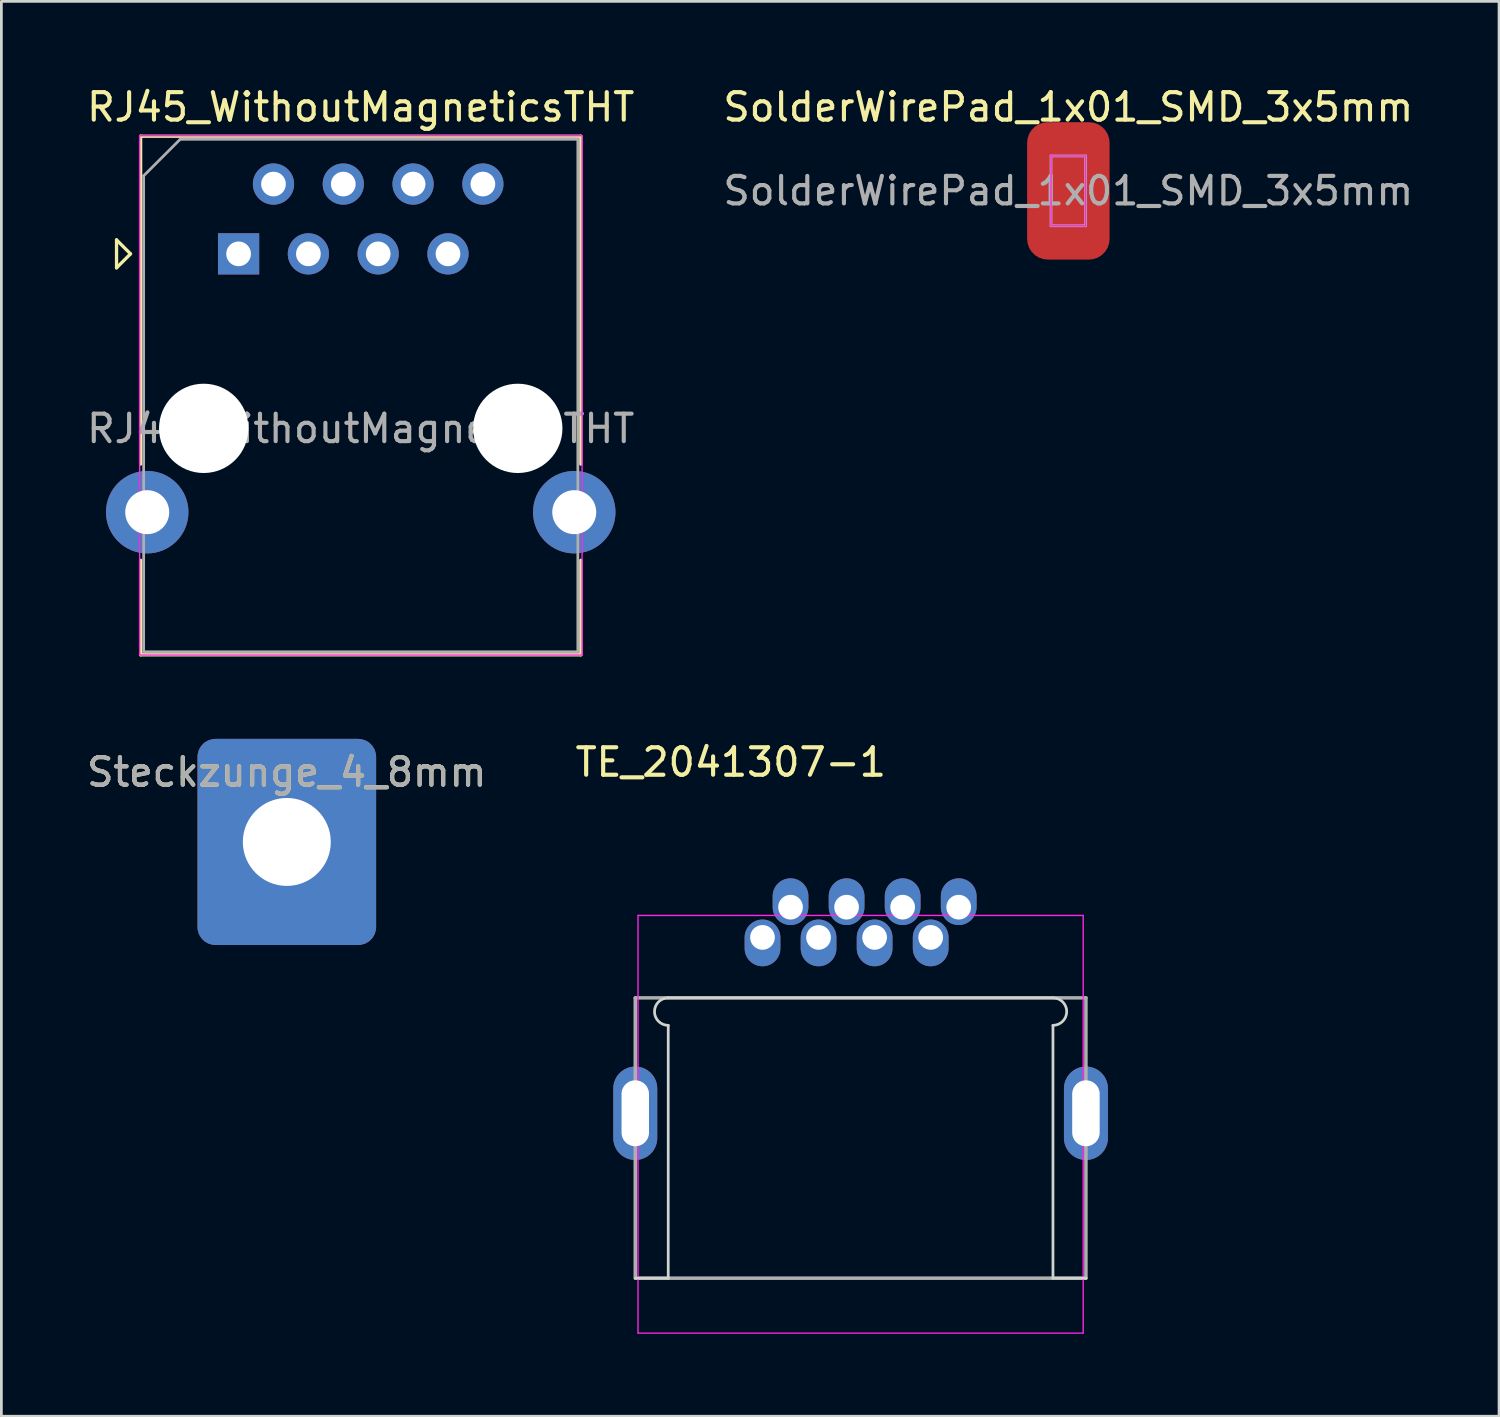
<source format=kicad_pcb>
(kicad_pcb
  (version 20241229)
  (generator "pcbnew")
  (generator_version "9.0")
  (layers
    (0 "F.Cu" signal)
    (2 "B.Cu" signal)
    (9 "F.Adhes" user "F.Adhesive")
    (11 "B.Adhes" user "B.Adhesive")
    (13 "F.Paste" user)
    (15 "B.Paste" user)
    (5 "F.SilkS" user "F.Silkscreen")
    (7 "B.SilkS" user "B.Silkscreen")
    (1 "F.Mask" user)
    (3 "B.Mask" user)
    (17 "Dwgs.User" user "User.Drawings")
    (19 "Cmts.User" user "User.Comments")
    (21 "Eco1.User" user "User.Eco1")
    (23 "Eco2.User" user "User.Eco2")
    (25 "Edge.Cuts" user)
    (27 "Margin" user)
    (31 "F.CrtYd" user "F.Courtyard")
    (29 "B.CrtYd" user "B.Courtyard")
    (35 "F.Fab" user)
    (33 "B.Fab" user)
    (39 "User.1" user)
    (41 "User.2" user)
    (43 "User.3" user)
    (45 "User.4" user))
  (footprint "TE_2041307-1"
    (layer "F.Cu")
    (at 28.267 37.462)
    (property "Reference" "TE_2041307-1" (at -4.725 -12.775 0) (layer "F.SilkS") (effects (font (size 1 1) (thickness 0.15))))
    (attr through_hole)
    (fp_line (start -8.2 6) (end -7 6) (stroke (width 0.1) (type solid)) (layer "Edge.Cuts"))
    (fp_line (start -7 -4.2) (end 7 -4.2) (stroke (width 0.1) (type solid)) (layer "Edge.Cuts"))
    (fp_line (start -7 6) (end -7 -3.2) (stroke (width 0.1) (type solid)) (layer "Edge.Cuts"))
    (fp_line (start 7 -3.2) (end 7 6) (stroke (width 0.1) (type solid)) (layer "Edge.Cuts"))
    (fp_line (start 7 6) (end 8.2 6) (stroke (width 0.1) (type solid)) (layer "Edge.Cuts"))
    (fp_arc (start -7 -3.2) (mid -7.5 -3.7) (end -7 -4.2) (stroke (width 0.1) (type solid)) (layer "Edge.Cuts"))
    (fp_arc (start 7 -4.2) (mid 7.5 -3.7) (end 7 -3.2) (stroke (width 0.1) (type solid)) (layer "Edge.Cuts"))
    (fp_line (start -8.1 -7.2) (end 8.1 -7.2) (stroke (width 0.05) (type solid)) (layer "F.CrtYd"))
    (fp_line (start -8.1 8) (end -8.1 -7.2) (stroke (width 0.05) (type solid)) (layer "F.CrtYd"))
    (fp_line (start 8.1 -7.2) (end 8.1 8) (stroke (width 0.05) (type solid)) (layer "F.CrtYd"))
    (fp_line (start 8.1 8) (end -8.1 8) (stroke (width 0.05) (type solid)) (layer "F.CrtYd"))
    (fp_line (start -8.2 -4.2) (end 8.2 -4.2) (stroke (width 0.127) (type solid)) (layer "F.Fab"))
    (fp_line (start -8.2 6) (end -8.2 -4.2) (stroke (width 0.127) (type solid)) (layer "F.Fab"))
    (fp_line (start 8.2 -4.2) (end 8.2 6) (stroke (width 0.127) (type solid)) (layer "F.Fab"))
    (fp_line (start 8.2 6) (end -8.19 6) (stroke (width 0.127) (type solid)) (layer "F.Fab"))
    (pad "1" thru_hole oval (at 3.57 -7.5) (size 1.3 1.7) (drill 0.9 (offset 0 -0.2)) (layers "*.Cu" "*.Mask"))
    (pad "2" thru_hole oval (at 2.55 -6.4) (size 1.3 1.7) (drill 0.9 (offset 0 0.2)) (layers "*.Cu" "*.Mask"))
    (pad "3" thru_hole oval (at 1.53 -7.5) (size 1.3 1.7) (drill 0.9 (offset 0 -0.2)) (layers "*.Cu" "*.Mask"))
    (pad "4" thru_hole oval (at 0.51 -6.4) (size 1.3 1.7) (drill 0.9 (offset 0 0.2)) (layers "*.Cu" "*.Mask"))
    (pad "5" thru_hole oval (at -0.51 -7.5) (size 1.3 1.7) (drill 0.9 (offset 0 -0.2)) (layers "*.Cu" "*.Mask"))
    (pad "6" thru_hole oval (at -1.53 -6.4) (size 1.3 1.7) (drill 0.9 (offset 0 0.2)) (layers "*.Cu" "*.Mask"))
    (pad "7" thru_hole oval (at -2.55 -7.5) (size 1.3 1.7) (drill 0.9 (offset 0 -0.2)) (layers "*.Cu" "*.Mask"))
    (pad "8" thru_hole oval (at -3.57 -6.4) (size 1.3 1.7) (drill 0.9 (offset 0 0.2)) (layers "*.Cu" "*.Mask"))
    (pad "SH" thru_hole oval (at -8.2 0) (size 1.6 3.4) (drill oval 1 2.4) (layers "*.Cu" "*.Mask"))
    (pad "SH" thru_hole oval (at 8.2 0) (size 1.6 3.4) (drill oval 1 2.4) (layers "*.Cu" "*.Mask")))
  (footprint "RJ45_WithoutMagneticsTHT"
    (layer "F.Cu")
    (at 5.632 6.188)
    (property "Reference" "RJ45_WithoutMagneticsTHT" (at 4.445 -5.34 0) (layer "F.SilkS") (effects (font (size 1 1) (thickness 0.15))))
    (attr through_hole)
    (fp_line (start -4.441 -0.508) (end -4.441 0.508) (stroke (width 0.12) (type solid)) (layer "F.SilkS"))
    (fp_line (start -4.441 0.508) (end -3.933 0) (stroke (width 0.12) (type solid)) (layer "F.SilkS"))
    (fp_line (start -3.933 0) (end -4.441 -0.508) (stroke (width 0.12) (type solid)) (layer "F.SilkS"))
    (fp_line (start -3.565 -4.28) (end -3.565 7.65) (stroke (width 0.12) (type solid)) (layer "F.SilkS"))
    (fp_line (start -3.565 11.15) (end -3.565 14.59) (stroke (width 0.12) (type solid)) (layer "F.SilkS"))
    (fp_line (start 12.455 -4.28) (end -3.565 -4.28) (stroke (width 0.12) (type solid)) (layer "F.SilkS"))
    (fp_line (start 12.455 -4.28) (end 12.455 7.65) (stroke (width 0.12) (type solid)) (layer "F.SilkS"))
    (fp_line (start 12.455 11.15) (end 12.455 14.59) (stroke (width 0.12) (type solid)) (layer "F.SilkS"))
    (fp_line (start 12.455 14.59) (end -3.565 14.59) (stroke (width 0.12) (type solid)) (layer "F.SilkS"))
    (fp_rect (start -3.6 -4.3) (end 12.5 14.6) (stroke (width 0.05) (type default)) (fill no) (layer "F.CrtYd"))
    (fp_line (start -3.455 -2.84) (end -3.455 14.48) (stroke (width 0.1) (type solid)) (layer "F.Fab"))
    (fp_line (start -3.455 -2.84) (end -2.125 -4.17) (stroke (width 0.1) (type solid)) (layer "F.Fab"))
    (fp_line (start 12.345 -4.17) (end -2.125 -4.17) (stroke (width 0.1) (type solid)) (layer "F.Fab"))
    (fp_line (start 12.345 14.48) (end -3.455 14.48) (stroke (width 0.1) (type solid)) (layer "F.Fab"))
    (fp_line (start 12.345 14.48) (end 12.345 -4.17) (stroke (width 0.1) (type solid)) (layer "F.Fab"))
    (fp_text user "${REFERENCE}" (at 4.445 6.36 0) (layer "F.Fab") (effects (font (size 1 1) (thickness 0.15))))
    (pad "" np_thru_hole circle (at -1.27 6.35) (size 3.25 3.25) (drill 3.25) (layers "*.Cu" "*.Mask"))
    (pad "" np_thru_hole circle (at 10.16 6.35 180) (size 3.25 3.25) (drill 3.25) (layers "*.Cu" "*.Mask"))
    (pad "1" thru_hole rect (at 0 0 180) (size 1.5 1.5) (drill 0.9) (layers "*.Cu" "*.Mask"))
    (pad "2" thru_hole circle (at 1.27 -2.54 180) (size 1.5 1.5) (drill 0.9) (layers "*.Cu" "*.Mask"))
    (pad "3" thru_hole circle (at 2.54 0 180) (size 1.5 1.5) (drill 0.9) (layers "*.Cu" "*.Mask"))
    (pad "4" thru_hole circle (at 3.81 -2.54 180) (size 1.5 1.5) (drill 0.9) (layers "*.Cu" "*.Mask"))
    (pad "5" thru_hole circle (at 5.08 0 180) (size 1.5 1.5) (drill 0.9) (layers "*.Cu" "*.Mask"))
    (pad "6" thru_hole circle (at 6.35 -2.54 180) (size 1.5 1.5) (drill 0.9) (layers "*.Cu" "*.Mask"))
    (pad "7" thru_hole circle (at 7.62 0 180) (size 1.5 1.5) (drill 0.9) (layers "*.Cu" "*.Mask"))
    (pad "8" thru_hole circle (at 8.89 -2.54 180) (size 1.5 1.5) (drill 0.9) (layers "*.Cu" "*.Mask"))
    (pad "SH" thru_hole circle (at -3.325 9.4) (size 3 3) (drill 1.6) (layers "*.Cu" "*.Mask"))
    (pad "SH" thru_hole circle (at 12.215 9.4 180) (size 3 3) (drill 1.6) (layers "*.Cu" "*.Mask")))
  (footprint "Steckzunge_4_8mm"
    (layer "F.Cu")
    (at 7.387 27.588)
    (property "Reference" "Steckzunge_4_8mm" (at 0 -2.54 0) (unlocked yes) (layer "F.SilkS") (effects (font (size 1 1) (thickness 0.15))))
    (attr through_hole)
    (fp_text user "${REFERENCE}" (at 0 -2.54 0) (unlocked yes) (layer "F.Fab") (effects (font (size 1 1) (thickness 0.15))))
    (pad "1" thru_hole roundrect (at 0 0) (size 6.5 7.5) (drill 3.2) (layers "*.Cu" "*.Mask") (roundrect_rratio 0.1)))
  (footprint "SolderWirePad_1x01_SMD_3x5mm"
    (layer "F.Cu")
    (at 35.827 3.896)
    (property "Reference" "SolderWirePad_1x01_SMD_3x5mm" (at 0 -3.048 0) (layer "F.SilkS") (effects (font (size 1 1) (thickness 0.15))))
    (attr exclude_from_pos_files exclude_from_bom)
    (fp_line (start -0.63 -1.27) (end -0.63 1.27) (stroke (width 0.05) (type solid)) (layer "F.CrtYd"))
    (fp_line (start -0.63 1.27) (end 0.63 1.27) (stroke (width 0.05) (type solid)) (layer "F.CrtYd"))
    (fp_line (start 0.63 -1.27) (end -0.63 -1.27) (stroke (width 0.05) (type solid)) (layer "F.CrtYd"))
    (fp_line (start 0.63 1.27) (end 0.63 -1.27) (stroke (width 0.05) (type solid)) (layer "F.CrtYd"))
    (fp_line (start -0.63 -1.27) (end 0.63 -1.27) (stroke (width 0.1) (type solid)) (layer "F.Fab"))
    (fp_line (start -0.63 1.27) (end -0.63 -1.27) (stroke (width 0.1) (type solid)) (layer "F.Fab"))
    (fp_line (start 0.63 -1.27) (end 0.63 1.27) (stroke (width 0.1) (type solid)) (layer "F.Fab"))
    (fp_line (start 0.63 1.27) (end -0.63 1.27) (stroke (width 0.1) (type solid)) (layer "F.Fab"))
    (fp_text user "${REFERENCE}" (at 0 0 0) (layer "F.Fab") (effects (font (size 1 1) (thickness 0.15))))
    (pad "1" smd roundrect (at 0 0) (size 3 5) (layers "F.Cu" "F.Mask" "F.Paste") (roundrect_rratio 0.25)))
  (gr_rect
    (start -3 -3)
    (end 51.5 48.486)
    (stroke (width 0.1) (type default))
    (fill no)
    (layer "Edge.Cuts")))
</source>
